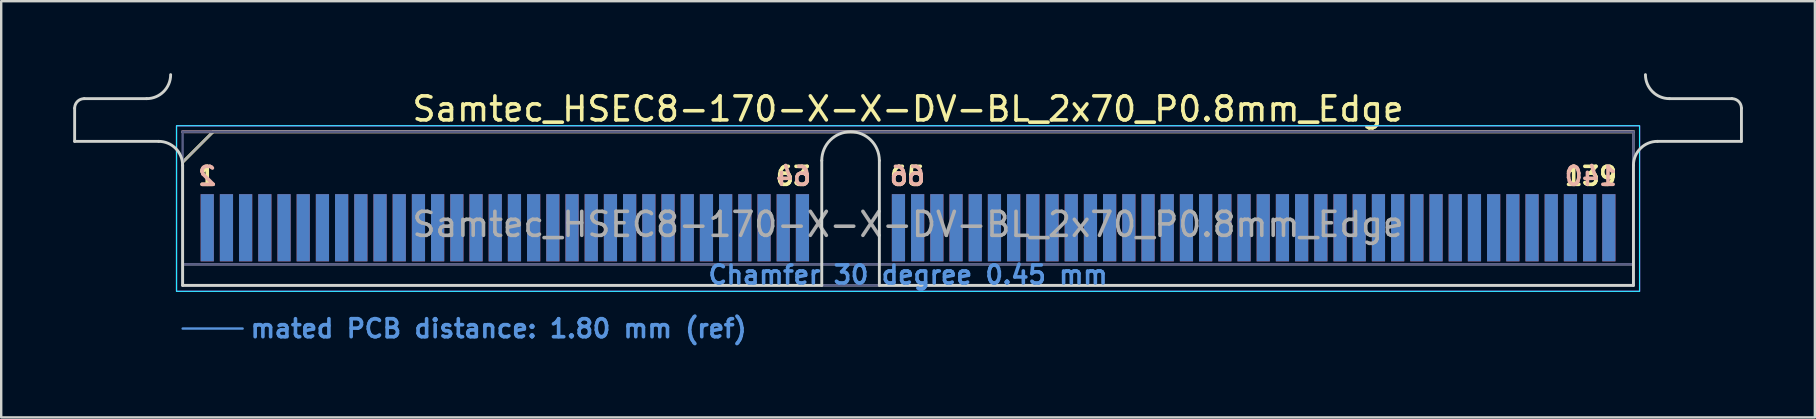
<source format=kicad_pcb>
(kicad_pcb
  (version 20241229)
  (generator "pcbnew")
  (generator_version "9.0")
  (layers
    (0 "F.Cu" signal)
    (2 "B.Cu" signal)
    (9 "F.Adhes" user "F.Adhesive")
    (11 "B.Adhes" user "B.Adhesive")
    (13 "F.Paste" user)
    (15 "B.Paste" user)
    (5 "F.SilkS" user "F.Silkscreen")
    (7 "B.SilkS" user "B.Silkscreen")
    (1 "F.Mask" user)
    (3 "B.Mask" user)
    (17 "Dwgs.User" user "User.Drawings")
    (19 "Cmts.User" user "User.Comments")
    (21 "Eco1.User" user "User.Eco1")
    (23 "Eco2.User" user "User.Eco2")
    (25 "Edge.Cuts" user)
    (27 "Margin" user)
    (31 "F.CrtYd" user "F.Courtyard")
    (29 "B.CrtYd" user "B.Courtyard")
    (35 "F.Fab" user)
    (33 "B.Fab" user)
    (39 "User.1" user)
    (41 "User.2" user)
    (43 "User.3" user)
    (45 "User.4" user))
  (footprint "Samtec_HSEC8-170-X-X-DV-BL_2x70_P0.8mm_Edge"
    (layer "F.Cu")
    (at 34.785 8.84)
    (property "Reference" "Samtec_HSEC8-170-X-X-DV-BL_2x70_P0.8mm_Edge" (at 0 -7.35 0) (layer "F.SilkS") (effects (font (size 1 1) (thickness 0.15))))
    (attr exclude_from_pos_files exclude_from_bom)
    (fp_line (start -30.225 -5.13) (end -28.955 -6.4) (stroke (width 0.12) (type solid)) (layer "F.SilkS"))
    (fp_line (start -28.955 -6.4) (end 30.225 -6.4) (stroke (width 0.12) (type solid)) (layer "F.SilkS"))
    (fp_line (start -30.225 -6.4) (end -30.225 -6.4) (stroke (width 0.12) (type solid)) (layer "B.SilkS"))
    (fp_line (start -30.225 -6.4) (end 30.225 -6.4) (stroke (width 0.12) (type solid)) (layer "B.SilkS"))
    (fp_line (start -30.225 1.8) (end -27.725 1.8) (stroke (width 0.1) (type solid)) (layer "Cmts.User"))
    (fp_line (start -34.725 -6) (end -34.725 -7.38) (stroke (width 0.12) (type solid)) (layer "Edge.Cuts"))
    (fp_line (start -34.325 -7.78) (end -31.725 -7.78) (stroke (width 0.12) (type solid)) (layer "Edge.Cuts"))
    (fp_line (start -31.225 -6) (end -34.725 -6) (stroke (width 0.12) (type solid)) (layer "Edge.Cuts"))
    (fp_line (start -30.225 -5) (end -30.225 0) (stroke (width 0.12) (type solid)) (layer "Edge.Cuts"))
    (fp_line (start -30.225 0) (end -3.595 0) (stroke (width 0.12) (type solid)) (layer "Edge.Cuts"))
    (fp_line (start -3.595 0) (end -3.595 -5.2) (stroke (width 0.12) (type solid)) (layer "Edge.Cuts"))
    (fp_line (start -1.195 -5.2) (end -1.195 0) (stroke (width 0.12) (type solid)) (layer "Edge.Cuts"))
    (fp_line (start -1.195 0) (end 30.225 0) (stroke (width 0.12) (type solid)) (layer "Edge.Cuts"))
    (fp_line (start 30.225 0) (end 30.225 -5) (stroke (width 0.12) (type solid)) (layer "Edge.Cuts"))
    (fp_line (start 31.225 -6) (end 34.725 -6) (stroke (width 0.12) (type solid)) (layer "Edge.Cuts"))
    (fp_line (start 34.325 -7.78) (end 31.725 -7.78) (stroke (width 0.12) (type solid)) (layer "Edge.Cuts"))
    (fp_line (start 34.725 -6) (end 34.725 -7.38) (stroke (width 0.12) (type solid)) (layer "Edge.Cuts"))
    (fp_arc (start -34.725 -7.38) (mid -34.607843 -7.662843) (end -34.325 -7.78) (stroke (width 0.12) (type solid)) (layer "Edge.Cuts"))
    (fp_arc (start -31.225 -6) (mid -30.517893 -5.707107) (end -30.225 -5) (stroke (width 0.12) (type solid)) (layer "Edge.Cuts"))
    (fp_arc (start -30.725 -8.78) (mid -31.017893 -8.072893) (end -31.725 -7.78) (stroke (width 0.12) (type solid)) (layer "Edge.Cuts"))
    (fp_arc (start -3.595 -5.2) (mid -2.395 -6.4) (end -1.195 -5.2) (stroke (width 0.12) (type solid)) (layer "Edge.Cuts"))
    (fp_arc (start 30.225 -5) (mid 30.517893 -5.707107) (end 31.225 -6) (stroke (width 0.12) (type solid)) (layer "Edge.Cuts"))
    (fp_arc (start 31.725 -7.78) (mid 31.017893 -8.072893) (end 30.725 -8.78) (stroke (width 0.12) (type solid)) (layer "Edge.Cuts"))
    (fp_arc (start 34.325 -7.78) (mid 34.607843 -7.662843) (end 34.725 -7.38) (stroke (width 0.12) (type solid)) (layer "Edge.Cuts"))
    (fp_rect (start -30.48 -6.65) (end 30.48 0.25) (stroke (width 0.05) (type solid)) (fill no) (layer "B.CrtYd"))
    (fp_rect (start -30.48 -6.65) (end 30.48 0.25) (stroke (width 0.05) (type solid)) (fill no) (layer "F.CrtYd"))
    (fp_line (start -30.225 -6.4) (end -30.225 -6.4) (stroke (width 0.1) (type solid)) (layer "B.Fab"))
    (fp_line (start -30.225 -6.4) (end -30.225 0) (stroke (width 0.1) (type solid)) (layer "B.Fab"))
    (fp_line (start -30.225 -6.4) (end 30.225 -6.4) (stroke (width 0.1) (type solid)) (layer "B.Fab"))
    (fp_line (start -30.225 -0.88) (end 30.225 -0.88) (stroke (width 0.1) (type solid)) (layer "B.Fab"))
    (fp_line (start -30.225 0) (end 30.225 0) (stroke (width 0.1) (type solid)) (layer "B.Fab"))
    (fp_line (start 30.225 -6.4) (end 30.225 0) (stroke (width 0.1) (type solid)) (layer "B.Fab"))
    (fp_line (start -30.225 -5.13) (end -30.225 0) (stroke (width 0.1) (type solid)) (layer "F.Fab"))
    (fp_line (start -30.225 -5.13) (end -28.955 -6.4) (stroke (width 0.1) (type solid)) (layer "F.Fab"))
    (fp_line (start -30.225 -0.88) (end 30.225 -0.88) (stroke (width 0.1) (type solid)) (layer "F.Fab"))
    (fp_line (start -30.225 0) (end 30.225 0) (stroke (width 0.1) (type solid)) (layer "F.Fab"))
    (fp_line (start -28.955 -6.4) (end 30.225 -6.4) (stroke (width 0.1) (type solid)) (layer "F.Fab"))
    (fp_line (start 30.225 -6.4) (end 30.225 0) (stroke (width 0.1) (type solid)) (layer "F.Fab"))
    (fp_text user "139" (at 28.45 -4.55 0) (layer "F.SilkS") (effects (font (size 0.75 0.75) (thickness 0.15))))
    (fp_text user "65" (at -0.025 -4.55 0) (layer "F.SilkS") (effects (font (size 0.75 0.75) (thickness 0.15))))
    (fp_text user "63" (at -4.775 -4.55 0) (layer "F.SilkS") (effects (font (size 0.75 0.75) (thickness 0.15))))
    (fp_text user "1" (at -29.2 -4.55 0) (layer "F.SilkS") (effects (font (size 0.75 0.75) (thickness 0.15))))
    (fp_text user "140" (at 28.45 -4.55 0) (layer "B.SilkS") (effects (font (size 0.75 0.75) (thickness 0.15)) (justify mirror)))
    (fp_text user "66" (at -0.025 -4.55 0) (layer "B.SilkS") (effects (font (size 0.75 0.75) (thickness 0.15)) (justify mirror)))
    (fp_text user "2" (at -29.2 -4.55 0) (layer "B.SilkS") (effects (font (size 0.75 0.75) (thickness 0.15)) (justify mirror)))
    (fp_text user "64" (at -4.775 -4.55 0) (layer "B.SilkS") (effects (font (size 0.75 0.75) (thickness 0.15)) (justify mirror)))
    (fp_text user "mated PCB distance: 1.80 mm (ref)" (at -27.48 1.8 0) (layer "Cmts.User") (effects (font (size 0.75 0.75) (thickness 0.15)) (justify left)))
    (fp_text user "Chamfer 30 degree 0.45 mm" (at 0 -0.44 0) (layer "Cmts.User") (effects (font (size 0.75 0.75) (thickness 0.15))))
    (fp_text user "${REFERENCE}" (at 0 -2.54 0) (layer "F.Fab") (effects (font (size 1 1) (thickness 0.15))))
    (pad "1" connect rect (at -29.2 -2.4) (size 0.55 2.8) (layers "F.Cu" "F.Mask"))
    (pad "2" connect rect (at -29.2 -2.4) (size 0.55 2.8) (layers "B.Cu" "B.Mask"))
    (pad "3" connect rect (at -28.4 -2.4) (size 0.55 2.8) (layers "F.Cu" "F.Mask"))
    (pad "4" connect rect (at -28.4 -2.4) (size 0.55 2.8) (layers "B.Cu" "B.Mask"))
    (pad "5" connect rect (at -27.6 -2.4) (size 0.55 2.8) (layers "F.Cu" "F.Mask"))
    (pad "6" connect rect (at -27.6 -2.4) (size 0.55 2.8) (layers "B.Cu" "B.Mask"))
    (pad "7" connect rect (at -26.8 -2.4) (size 0.55 2.8) (layers "F.Cu" "F.Mask"))
    (pad "8" connect rect (at -26.8 -2.4) (size 0.55 2.8) (layers "B.Cu" "B.Mask"))
    (pad "9" connect rect (at -26 -2.4) (size 0.55 2.8) (layers "F.Cu" "F.Mask"))
    (pad "10" connect rect (at -26 -2.4) (size 0.55 2.8) (layers "B.Cu" "B.Mask"))
    (pad "11" connect rect (at -25.2 -2.4) (size 0.55 2.8) (layers "F.Cu" "F.Mask"))
    (pad "12" connect rect (at -25.2 -2.4) (size 0.55 2.8) (layers "B.Cu" "B.Mask"))
    (pad "13" connect rect (at -24.4 -2.4) (size 0.55 2.8) (layers "F.Cu" "F.Mask"))
    (pad "14" connect rect (at -24.4 -2.4) (size 0.55 2.8) (layers "B.Cu" "B.Mask"))
    (pad "15" connect rect (at -23.6 -2.4) (size 0.55 2.8) (layers "F.Cu" "F.Mask"))
    (pad "16" connect rect (at -23.6 -2.4) (size 0.55 2.8) (layers "B.Cu" "B.Mask"))
    (pad "17" connect rect (at -22.8 -2.4) (size 0.55 2.8) (layers "F.Cu" "F.Mask"))
    (pad "18" connect rect (at -22.8 -2.4) (size 0.55 2.8) (layers "B.Cu" "B.Mask"))
    (pad "19" connect rect (at -22 -2.4) (size 0.55 2.8) (layers "F.Cu" "F.Mask"))
    (pad "20" connect rect (at -22 -2.4) (size 0.55 2.8) (layers "B.Cu" "B.Mask"))
    (pad "21" connect rect (at -21.2 -2.4) (size 0.55 2.8) (layers "F.Cu" "F.Mask"))
    (pad "22" connect rect (at -21.2 -2.4) (size 0.55 2.8) (layers "B.Cu" "B.Mask"))
    (pad "23" connect rect (at -20.4 -2.4) (size 0.55 2.8) (layers "F.Cu" "F.Mask"))
    (pad "24" connect rect (at -20.4 -2.4) (size 0.55 2.8) (layers "B.Cu" "B.Mask"))
    (pad "25" connect rect (at -19.6 -2.4) (size 0.55 2.8) (layers "F.Cu" "F.Mask"))
    (pad "26" connect rect (at -19.6 -2.4) (size 0.55 2.8) (layers "B.Cu" "B.Mask"))
    (pad "27" connect rect (at -18.8 -2.4) (size 0.55 2.8) (layers "F.Cu" "F.Mask"))
    (pad "28" connect rect (at -18.8 -2.4) (size 0.55 2.8) (layers "B.Cu" "B.Mask"))
    (pad "29" connect rect (at -18 -2.4) (size 0.55 2.8) (layers "F.Cu" "F.Mask"))
    (pad "30" connect rect (at -18 -2.4) (size 0.55 2.8) (layers "B.Cu" "B.Mask"))
    (pad "31" connect rect (at -17.2 -2.4) (size 0.55 2.8) (layers "F.Cu" "F.Mask"))
    (pad "32" connect rect (at -17.2 -2.4) (size 0.55 2.8) (layers "B.Cu" "B.Mask"))
    (pad "33" connect rect (at -16.4 -2.4) (size 0.55 2.8) (layers "F.Cu" "F.Mask"))
    (pad "34" connect rect (at -16.4 -2.4) (size 0.55 2.8) (layers "B.Cu" "B.Mask"))
    (pad "35" connect rect (at -15.6 -2.4) (size 0.55 2.8) (layers "F.Cu" "F.Mask"))
    (pad "36" connect rect (at -15.6 -2.4) (size 0.55 2.8) (layers "B.Cu" "B.Mask"))
    (pad "37" connect rect (at -14.8 -2.4) (size 0.55 2.8) (layers "F.Cu" "F.Mask"))
    (pad "38" connect rect (at -14.8 -2.4) (size 0.55 2.8) (layers "B.Cu" "B.Mask"))
    (pad "39" connect rect (at -14 -2.4) (size 0.55 2.8) (layers "F.Cu" "F.Mask"))
    (pad "40" connect rect (at -14 -2.4) (size 0.55 2.8) (layers "B.Cu" "B.Mask"))
    (pad "41" connect rect (at -13.2 -2.4) (size 0.55 2.8) (layers "F.Cu" "F.Mask"))
    (pad "42" connect rect (at -13.2 -2.4) (size 0.55 2.8) (layers "B.Cu" "B.Mask"))
    (pad "43" connect rect (at -12.4 -2.4) (size 0.55 2.8) (layers "F.Cu" "F.Mask"))
    (pad "44" connect rect (at -12.4 -2.4) (size 0.55 2.8) (layers "B.Cu" "B.Mask"))
    (pad "45" connect rect (at -11.6 -2.4) (size 0.55 2.8) (layers "F.Cu" "F.Mask"))
    (pad "46" connect rect (at -11.6 -2.4) (size 0.55 2.8) (layers "B.Cu" "B.Mask"))
    (pad "47" connect rect (at -10.8 -2.4) (size 0.55 2.8) (layers "F.Cu" "F.Mask"))
    (pad "48" connect rect (at -10.8 -2.4) (size 0.55 2.8) (layers "B.Cu" "B.Mask"))
    (pad "49" connect rect (at -10 -2.4) (size 0.55 2.8) (layers "F.Cu" "F.Mask"))
    (pad "50" connect rect (at -10 -2.4) (size 0.55 2.8) (layers "B.Cu" "B.Mask"))
    (pad "51" connect rect (at -9.2 -2.4) (size 0.55 2.8) (layers "F.Cu" "F.Mask"))
    (pad "52" connect rect (at -9.2 -2.4) (size 0.55 2.8) (layers "B.Cu" "B.Mask"))
    (pad "53" connect rect (at -8.4 -2.4) (size 0.55 2.8) (layers "F.Cu" "F.Mask"))
    (pad "54" connect rect (at -8.4 -2.4) (size 0.55 2.8) (layers "B.Cu" "B.Mask"))
    (pad "55" connect rect (at -7.6 -2.4) (size 0.55 2.8) (layers "F.Cu" "F.Mask"))
    (pad "56" connect rect (at -7.6 -2.4) (size 0.55 2.8) (layers "B.Cu" "B.Mask"))
    (pad "57" connect rect (at -6.8 -2.4) (size 0.55 2.8) (layers "F.Cu" "F.Mask"))
    (pad "58" connect rect (at -6.8 -2.4) (size 0.55 2.8) (layers "B.Cu" "B.Mask"))
    (pad "59" connect rect (at -6 -2.4) (size 0.55 2.8) (layers "F.Cu" "F.Mask"))
    (pad "60" connect rect (at -6 -2.4) (size 0.55 2.8) (layers "B.Cu" "B.Mask"))
    (pad "61" connect rect (at -5.2 -2.4) (size 0.55 2.8) (layers "F.Cu" "F.Mask"))
    (pad "62" connect rect (at -5.2 -2.4) (size 0.55 2.8) (layers "B.Cu" "B.Mask"))
    (pad "63" connect rect (at -4.4 -2.4) (size 0.55 2.8) (layers "F.Cu" "F.Mask"))
    (pad "64" connect rect (at -4.4 -2.4) (size 0.55 2.8) (layers "B.Cu" "B.Mask"))
    (pad "65" connect rect (at -0.4 -2.4) (size 0.55 2.8) (layers "F.Cu" "F.Mask"))
    (pad "66" connect rect (at -0.4 -2.4) (size 0.55 2.8) (layers "B.Cu" "B.Mask"))
    (pad "67" connect rect (at 0.4 -2.4) (size 0.55 2.8) (layers "F.Cu" "F.Mask"))
    (pad "68" connect rect (at 0.4 -2.4) (size 0.55 2.8) (layers "B.Cu" "B.Mask"))
    (pad "69" connect rect (at 1.2 -2.4) (size 0.55 2.8) (layers "F.Cu" "F.Mask"))
    (pad "70" connect rect (at 1.2 -2.4) (size 0.55 2.8) (layers "B.Cu" "B.Mask"))
    (pad "71" connect rect (at 2 -2.4) (size 0.55 2.8) (layers "F.Cu" "F.Mask"))
    (pad "72" connect rect (at 2 -2.4) (size 0.55 2.8) (layers "B.Cu" "B.Mask"))
    (pad "73" connect rect (at 2.8 -2.4) (size 0.55 2.8) (layers "F.Cu" "F.Mask"))
    (pad "74" connect rect (at 2.8 -2.4) (size 0.55 2.8) (layers "B.Cu" "B.Mask"))
    (pad "75" connect rect (at 3.6 -2.4) (size 0.55 2.8) (layers "F.Cu" "F.Mask"))
    (pad "76" connect rect (at 3.6 -2.4) (size 0.55 2.8) (layers "B.Cu" "B.Mask"))
    (pad "77" connect rect (at 4.4 -2.4) (size 0.55 2.8) (layers "F.Cu" "F.Mask"))
    (pad "78" connect rect (at 4.4 -2.4) (size 0.55 2.8) (layers "B.Cu" "B.Mask"))
    (pad "79" connect rect (at 5.2 -2.4) (size 0.55 2.8) (layers "F.Cu" "F.Mask"))
    (pad "80" connect rect (at 5.2 -2.4) (size 0.55 2.8) (layers "B.Cu" "B.Mask"))
    (pad "81" connect rect (at 6 -2.4) (size 0.55 2.8) (layers "F.Cu" "F.Mask"))
    (pad "82" connect rect (at 6 -2.4) (size 0.55 2.8) (layers "B.Cu" "B.Mask"))
    (pad "83" connect rect (at 6.8 -2.4) (size 0.55 2.8) (layers "F.Cu" "F.Mask"))
    (pad "84" connect rect (at 6.8 -2.4) (size 0.55 2.8) (layers "B.Cu" "B.Mask"))
    (pad "85" connect rect (at 7.6 -2.4) (size 0.55 2.8) (layers "F.Cu" "F.Mask"))
    (pad "86" connect rect (at 7.6 -2.4) (size 0.55 2.8) (layers "B.Cu" "B.Mask"))
    (pad "87" connect rect (at 8.4 -2.4) (size 0.55 2.8) (layers "F.Cu" "F.Mask"))
    (pad "88" connect rect (at 8.4 -2.4) (size 0.55 2.8) (layers "B.Cu" "B.Mask"))
    (pad "89" connect rect (at 9.2 -2.4) (size 0.55 2.8) (layers "F.Cu" "F.Mask"))
    (pad "90" connect rect (at 9.2 -2.4) (size 0.55 2.8) (layers "B.Cu" "B.Mask"))
    (pad "91" connect rect (at 10 -2.4) (size 0.55 2.8) (layers "F.Cu" "F.Mask"))
    (pad "92" connect rect (at 10 -2.4) (size 0.55 2.8) (layers "B.Cu" "B.Mask"))
    (pad "93" connect rect (at 10.8 -2.4) (size 0.55 2.8) (layers "F.Cu" "F.Mask"))
    (pad "94" connect rect (at 10.8 -2.4) (size 0.55 2.8) (layers "B.Cu" "B.Mask"))
    (pad "95" connect rect (at 11.6 -2.4) (size 0.55 2.8) (layers "F.Cu" "F.Mask"))
    (pad "96" connect rect (at 11.6 -2.4) (size 0.55 2.8) (layers "B.Cu" "B.Mask"))
    (pad "97" connect rect (at 12.4 -2.4) (size 0.55 2.8) (layers "F.Cu" "F.Mask"))
    (pad "98" connect rect (at 12.4 -2.4) (size 0.55 2.8) (layers "B.Cu" "B.Mask"))
    (pad "99" connect rect (at 13.2 -2.4) (size 0.55 2.8) (layers "F.Cu" "F.Mask"))
    (pad "100" connect rect (at 13.2 -2.4) (size 0.55 2.8) (layers "B.Cu" "B.Mask"))
    (pad "101" connect rect (at 14 -2.4) (size 0.55 2.8) (layers "F.Cu" "F.Mask"))
    (pad "102" connect rect (at 14 -2.4) (size 0.55 2.8) (layers "B.Cu" "B.Mask"))
    (pad "103" connect rect (at 14.8 -2.4) (size 0.55 2.8) (layers "F.Cu" "F.Mask"))
    (pad "104" connect rect (at 14.8 -2.4) (size 0.55 2.8) (layers "B.Cu" "B.Mask"))
    (pad "105" connect rect (at 15.6 -2.4) (size 0.55 2.8) (layers "F.Cu" "F.Mask"))
    (pad "106" connect rect (at 15.6 -2.4) (size 0.55 2.8) (layers "B.Cu" "B.Mask"))
    (pad "107" connect rect (at 16.4 -2.4) (size 0.55 2.8) (layers "F.Cu" "F.Mask"))
    (pad "108" connect rect (at 16.4 -2.4) (size 0.55 2.8) (layers "B.Cu" "B.Mask"))
    (pad "109" connect rect (at 17.2 -2.4) (size 0.55 2.8) (layers "F.Cu" "F.Mask"))
    (pad "110" connect rect (at 17.2 -2.4) (size 0.55 2.8) (layers "B.Cu" "B.Mask"))
    (pad "111" connect rect (at 18 -2.4) (size 0.55 2.8) (layers "F.Cu" "F.Mask"))
    (pad "112" connect rect (at 18 -2.4) (size 0.55 2.8) (layers "B.Cu" "B.Mask"))
    (pad "113" connect rect (at 18.8 -2.4) (size 0.55 2.8) (layers "F.Cu" "F.Mask"))
    (pad "114" connect rect (at 18.8 -2.4) (size 0.55 2.8) (layers "B.Cu" "B.Mask"))
    (pad "115" connect rect (at 19.6 -2.4) (size 0.55 2.8) (layers "F.Cu" "F.Mask"))
    (pad "116" connect rect (at 19.6 -2.4) (size 0.55 2.8) (layers "B.Cu" "B.Mask"))
    (pad "117" connect rect (at 20.4 -2.4) (size 0.55 2.8) (layers "F.Cu" "F.Mask"))
    (pad "118" connect rect (at 20.4 -2.4) (size 0.55 2.8) (layers "B.Cu" "B.Mask"))
    (pad "119" connect rect (at 21.2 -2.4) (size 0.55 2.8) (layers "F.Cu" "F.Mask"))
    (pad "120" connect rect (at 21.2 -2.4) (size 0.55 2.8) (layers "B.Cu" "B.Mask"))
    (pad "121" connect rect (at 22 -2.4) (size 0.55 2.8) (layers "F.Cu" "F.Mask"))
    (pad "122" connect rect (at 22 -2.4) (size 0.55 2.8) (layers "B.Cu" "B.Mask"))
    (pad "123" connect rect (at 22.8 -2.4) (size 0.55 2.8) (layers "F.Cu" "F.Mask"))
    (pad "124" connect rect (at 22.8 -2.4) (size 0.55 2.8) (layers "B.Cu" "B.Mask"))
    (pad "125" connect rect (at 23.6 -2.4) (size 0.55 2.8) (layers "F.Cu" "F.Mask"))
    (pad "126" connect rect (at 23.6 -2.4) (size 0.55 2.8) (layers "B.Cu" "B.Mask"))
    (pad "127" connect rect (at 24.4 -2.4) (size 0.55 2.8) (layers "F.Cu" "F.Mask"))
    (pad "128" connect rect (at 24.4 -2.4) (size 0.55 2.8) (layers "B.Cu" "B.Mask"))
    (pad "129" connect rect (at 25.2 -2.4) (size 0.55 2.8) (layers "F.Cu" "F.Mask"))
    (pad "130" connect rect (at 25.2 -2.4) (size 0.55 2.8) (layers "B.Cu" "B.Mask"))
    (pad "131" connect rect (at 26 -2.4) (size 0.55 2.8) (layers "F.Cu" "F.Mask"))
    (pad "132" connect rect (at 26 -2.4) (size 0.55 2.8) (layers "B.Cu" "B.Mask"))
    (pad "133" connect rect (at 26.8 -2.4) (size 0.55 2.8) (layers "F.Cu" "F.Mask"))
    (pad "134" connect rect (at 26.8 -2.4) (size 0.55 2.8) (layers "B.Cu" "B.Mask"))
    (pad "135" connect rect (at 27.6 -2.4) (size 0.55 2.8) (layers "F.Cu" "F.Mask"))
    (pad "136" connect rect (at 27.6 -2.4) (size 0.55 2.8) (layers "B.Cu" "B.Mask"))
    (pad "137" connect rect (at 28.4 -2.4) (size 0.55 2.8) (layers "F.Cu" "F.Mask"))
    (pad "138" connect rect (at 28.4 -2.4) (size 0.55 2.8) (layers "B.Cu" "B.Mask"))
    (pad "139" connect rect (at 29.2 -2.4) (size 0.55 2.8) (layers "F.Cu" "F.Mask"))
    (pad "140" connect rect (at 29.2 -2.4) (size 0.55 2.8) (layers "B.Cu" "B.Mask")))
  (gr_rect
    (start -3 -3)
    (end 72.57 14.342)
    (stroke (width 0.1) (type default))
    (fill no)
    (layer "Edge.Cuts")))
</source>
